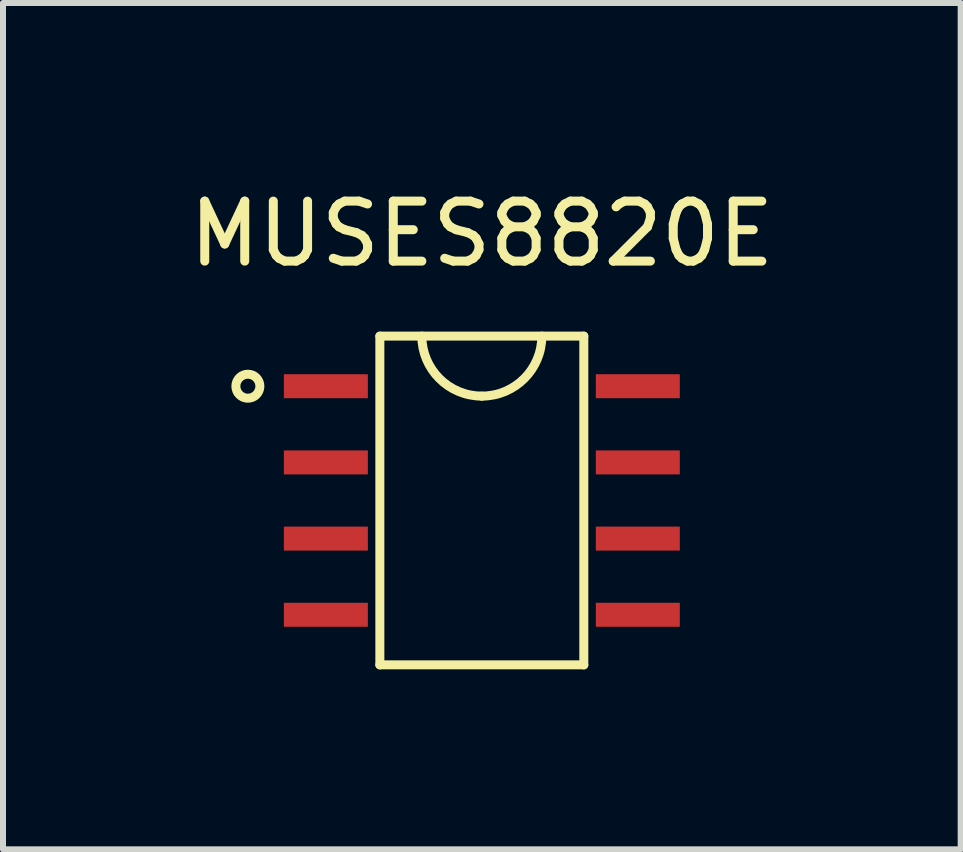
<source format=kicad_pcb>
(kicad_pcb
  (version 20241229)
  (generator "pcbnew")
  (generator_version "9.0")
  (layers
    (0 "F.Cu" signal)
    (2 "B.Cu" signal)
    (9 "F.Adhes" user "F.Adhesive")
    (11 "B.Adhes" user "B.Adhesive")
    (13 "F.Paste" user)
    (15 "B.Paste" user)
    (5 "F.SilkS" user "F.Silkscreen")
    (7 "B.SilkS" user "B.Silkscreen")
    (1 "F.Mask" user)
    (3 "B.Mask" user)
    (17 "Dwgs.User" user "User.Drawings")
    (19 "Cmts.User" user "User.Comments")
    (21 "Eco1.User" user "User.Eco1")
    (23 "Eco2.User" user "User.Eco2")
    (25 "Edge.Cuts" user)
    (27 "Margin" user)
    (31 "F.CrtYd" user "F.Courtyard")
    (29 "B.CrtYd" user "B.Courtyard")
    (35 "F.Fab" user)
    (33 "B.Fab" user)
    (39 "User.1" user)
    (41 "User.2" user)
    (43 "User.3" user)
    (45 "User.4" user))
  (footprint "MUSES8820E"
    (layer "F.Cu")
    (at 2.382 3.388)
    (property "Reference" "MUSES8820E" (at 2.6 -2.54 0) (layer "F.SilkS") (effects (font (size 1 1) (thickness 0.15))))
    (attr through_hole)
    (fp_line (start 0.9 -0.835) (end 4.3 -0.835) (stroke (width 0.15) (type solid)) (layer "F.SilkS"))
    (fp_line (start 0.9 4.645) (end 0.9 -0.835) (stroke (width 0.15) (type solid)) (layer "F.SilkS"))
    (fp_line (start 4.3 -0.835) (end 4.3 4.645) (stroke (width 0.15) (type solid)) (layer "F.SilkS"))
    (fp_line (start 4.3 4.645) (end 0.9 4.645) (stroke (width 0.15) (type solid)) (layer "F.SilkS"))
    (fp_arc (start 2.6 0.165) (mid 1.892893 -0.127893) (end 1.6 -0.835) (stroke (width 0.15) (type solid)) (layer "F.SilkS"))
    (fp_arc (start 3.6 -0.835) (mid 3.307107 -0.127893) (end 2.6 0.165) (stroke (width 0.15) (type solid)) (layer "F.SilkS"))
    (fp_circle (center -1.3 0) (end -1.3 0.2) (stroke (width 0.15) (type solid)) (fill no) (layer "F.SilkS"))
    (pad "1" smd rect (at 0 0) (size 1.4 0.4) (layers "F.Cu" "F.Mask" "F.Paste"))
    (pad "2" smd rect (at 0 1.27) (size 1.4 0.4) (layers "F.Cu" "F.Mask" "F.Paste"))
    (pad "3" smd rect (at 0 2.54) (size 1.4 0.4) (layers "F.Cu" "F.Mask" "F.Paste"))
    (pad "4" smd rect (at 0 3.81) (size 1.4 0.4) (layers "F.Cu" "F.Mask" "F.Paste"))
    (pad "5" smd rect (at 5.2 3.81) (size 1.4 0.4) (layers "F.Cu" "F.Mask" "F.Paste"))
    (pad "6" smd rect (at 5.2 2.54) (size 1.4 0.4) (layers "F.Cu" "F.Mask" "F.Paste"))
    (pad "7" smd rect (at 5.2 1.27) (size 1.4 0.4) (layers "F.Cu" "F.Mask" "F.Paste"))
    (pad "8" smd rect (at 5.2 0) (size 1.4 0.4) (layers "F.Cu" "F.Mask" "F.Paste")))
  (gr_rect
    (start -3 -3)
    (end 12.964 11.108)
    (stroke (width 0.1) (type default))
    (fill no)
    (layer "Edge.Cuts")))
</source>
